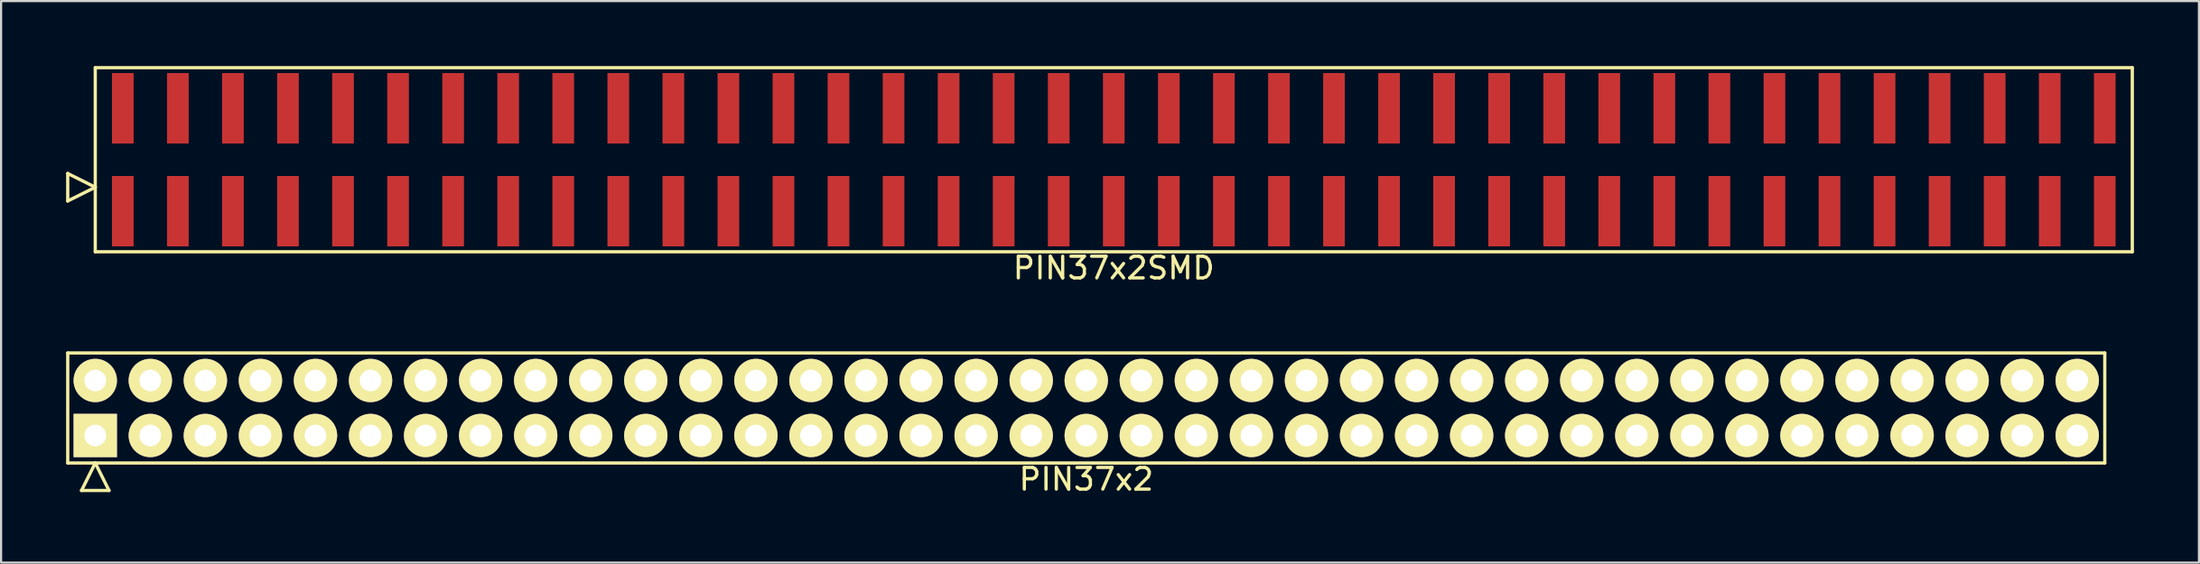
<source format=kicad_pcb>
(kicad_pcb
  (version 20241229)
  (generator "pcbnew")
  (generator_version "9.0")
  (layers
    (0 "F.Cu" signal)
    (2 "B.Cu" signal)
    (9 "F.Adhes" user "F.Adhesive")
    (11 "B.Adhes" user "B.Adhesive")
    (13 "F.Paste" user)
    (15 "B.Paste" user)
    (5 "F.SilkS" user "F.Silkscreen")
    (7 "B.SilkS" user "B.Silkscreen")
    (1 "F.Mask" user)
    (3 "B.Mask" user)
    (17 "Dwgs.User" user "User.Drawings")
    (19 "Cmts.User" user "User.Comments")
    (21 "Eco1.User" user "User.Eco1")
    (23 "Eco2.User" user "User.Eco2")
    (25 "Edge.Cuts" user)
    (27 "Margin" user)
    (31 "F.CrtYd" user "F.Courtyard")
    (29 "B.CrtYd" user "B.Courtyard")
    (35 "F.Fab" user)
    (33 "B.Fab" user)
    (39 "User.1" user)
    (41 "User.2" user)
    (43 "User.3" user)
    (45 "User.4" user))
  (footprint "PIN37x2"
    (layer "F.Cu")
    (at 47.065 15.788)
    (property "Reference" "PIN37x2" (at 0 3.29 0) (layer "F.SilkS") (effects (font (size 1 1) (thickness 0.15))))
    (attr through_hole)
    (fp_line (start -46.99 -2.54) (end -46.99 2.54) (stroke (width 0.15) (type solid)) (layer "F.SilkS"))
    (fp_line (start -46.99 2.54) (end 46.99 2.54) (stroke (width 0.15) (type solid)) (layer "F.SilkS"))
    (fp_line (start -46.355 3.81) (end -45.72 2.54) (stroke (width 0.15) (type solid)) (layer "F.SilkS"))
    (fp_line (start -46.355 3.81) (end -45.085 3.81) (stroke (width 0.15) (type solid)) (layer "F.SilkS"))
    (fp_line (start -45.085 3.81) (end -45.72 2.54) (stroke (width 0.15) (type solid)) (layer "F.SilkS"))
    (fp_line (start 46.99 -2.54) (end -46.99 -2.54) (stroke (width 0.15) (type solid)) (layer "F.SilkS"))
    (fp_line (start 46.99 2.54) (end 46.99 -2.54) (stroke (width 0.15) (type solid)) (layer "F.SilkS"))
    (pad "1" thru_hole rect (at -45.72 1.27) (size 2 2) (drill 1) (layers "*.Cu" "*.Mask" "F.SilkS"))
    (pad "2" thru_hole oval (at -45.72 -1.27) (size 2 2) (drill 1) (layers "*.Cu" "*.Mask" "F.SilkS"))
    (pad "3" thru_hole oval (at -43.18 1.27) (size 2 2) (drill 1) (layers "*.Cu" "*.Mask" "F.SilkS"))
    (pad "4" thru_hole oval (at -43.18 -1.27) (size 2 2) (drill 1) (layers "*.Cu" "*.Mask" "F.SilkS"))
    (pad "5" thru_hole oval (at -40.64 1.27) (size 2 2) (drill 1) (layers "*.Cu" "*.Mask" "F.SilkS"))
    (pad "6" thru_hole oval (at -40.64 -1.27) (size 2 2) (drill 1) (layers "*.Cu" "*.Mask" "F.SilkS"))
    (pad "7" thru_hole oval (at -38.1 1.27) (size 2 2) (drill 1) (layers "*.Cu" "*.Mask" "F.SilkS"))
    (pad "8" thru_hole oval (at -38.1 -1.27) (size 2 2) (drill 1) (layers "*.Cu" "*.Mask" "F.SilkS"))
    (pad "9" thru_hole oval (at -35.56 1.27) (size 2 2) (drill 1) (layers "*.Cu" "*.Mask" "F.SilkS"))
    (pad "10" thru_hole oval (at -35.56 -1.27) (size 2 2) (drill 1) (layers "*.Cu" "*.Mask" "F.SilkS"))
    (pad "11" thru_hole oval (at -33.02 1.27) (size 2 2) (drill 1) (layers "*.Cu" "*.Mask" "F.SilkS"))
    (pad "12" thru_hole oval (at -33.02 -1.27) (size 2 2) (drill 1) (layers "*.Cu" "*.Mask" "F.SilkS"))
    (pad "13" thru_hole oval (at -30.48 1.27) (size 2 2) (drill 1) (layers "*.Cu" "*.Mask" "F.SilkS"))
    (pad "14" thru_hole oval (at -30.48 -1.27) (size 2 2) (drill 1) (layers "*.Cu" "*.Mask" "F.SilkS"))
    (pad "15" thru_hole oval (at -27.94 1.27) (size 2 2) (drill 1) (layers "*.Cu" "*.Mask" "F.SilkS"))
    (pad "16" thru_hole oval (at -27.94 -1.27) (size 2 2) (drill 1) (layers "*.Cu" "*.Mask" "F.SilkS"))
    (pad "17" thru_hole oval (at -25.4 1.27) (size 2 2) (drill 1) (layers "*.Cu" "*.Mask" "F.SilkS"))
    (pad "18" thru_hole oval (at -25.4 -1.27) (size 2 2) (drill 1) (layers "*.Cu" "*.Mask" "F.SilkS"))
    (pad "19" thru_hole oval (at -22.86 1.27) (size 2 2) (drill 1) (layers "*.Cu" "*.Mask" "F.SilkS"))
    (pad "20" thru_hole oval (at -22.86 -1.27) (size 2 2) (drill 1) (layers "*.Cu" "*.Mask" "F.SilkS"))
    (pad "21" thru_hole oval (at -20.32 1.27) (size 2 2) (drill 1) (layers "*.Cu" "*.Mask" "F.SilkS"))
    (pad "22" thru_hole oval (at -20.32 -1.27) (size 2 2) (drill 1) (layers "*.Cu" "*.Mask" "F.SilkS"))
    (pad "23" thru_hole oval (at -17.78 1.27) (size 2 2) (drill 1) (layers "*.Cu" "*.Mask" "F.SilkS"))
    (pad "24" thru_hole oval (at -17.78 -1.27) (size 2 2) (drill 1) (layers "*.Cu" "*.Mask" "F.SilkS"))
    (pad "25" thru_hole oval (at -15.24 1.27) (size 2 2) (drill 1) (layers "*.Cu" "*.Mask" "F.SilkS"))
    (pad "26" thru_hole oval (at -15.24 -1.27) (size 2 2) (drill 1) (layers "*.Cu" "*.Mask" "F.SilkS"))
    (pad "27" thru_hole oval (at -12.7 1.27) (size 2 2) (drill 1) (layers "*.Cu" "*.Mask" "F.SilkS"))
    (pad "28" thru_hole oval (at -12.7 -1.27) (size 2 2) (drill 1) (layers "*.Cu" "*.Mask" "F.SilkS"))
    (pad "29" thru_hole oval (at -10.16 1.27) (size 2 2) (drill 1) (layers "*.Cu" "*.Mask" "F.SilkS"))
    (pad "30" thru_hole oval (at -10.16 -1.27) (size 2 2) (drill 1) (layers "*.Cu" "*.Mask" "F.SilkS"))
    (pad "31" thru_hole oval (at -7.62 1.27) (size 2 2) (drill 1) (layers "*.Cu" "*.Mask" "F.SilkS"))
    (pad "32" thru_hole oval (at -7.62 -1.27) (size 2 2) (drill 1) (layers "*.Cu" "*.Mask" "F.SilkS"))
    (pad "33" thru_hole oval (at -5.08 1.27) (size 2 2) (drill 1) (layers "*.Cu" "*.Mask" "F.SilkS"))
    (pad "34" thru_hole oval (at -5.08 -1.27) (size 2 2) (drill 1) (layers "*.Cu" "*.Mask" "F.SilkS"))
    (pad "35" thru_hole oval (at -2.54 1.27) (size 2 2) (drill 1) (layers "*.Cu" "*.Mask" "F.SilkS"))
    (pad "36" thru_hole oval (at -2.54 -1.27) (size 2 2) (drill 1) (layers "*.Cu" "*.Mask" "F.SilkS"))
    (pad "37" thru_hole oval (at 0 1.27) (size 2 2) (drill 1) (layers "*.Cu" "*.Mask" "F.SilkS"))
    (pad "38" thru_hole oval (at 0 -1.27) (size 2 2) (drill 1) (layers "*.Cu" "*.Mask" "F.SilkS"))
    (pad "39" thru_hole oval (at 2.54 1.27) (size 2 2) (drill 1) (layers "*.Cu" "*.Mask" "F.SilkS"))
    (pad "40" thru_hole oval (at 2.54 -1.27) (size 2 2) (drill 1) (layers "*.Cu" "*.Mask" "F.SilkS"))
    (pad "41" thru_hole oval (at 5.08 1.27) (size 2 2) (drill 1) (layers "*.Cu" "*.Mask" "F.SilkS"))
    (pad "42" thru_hole oval (at 5.08 -1.27) (size 2 2) (drill 1) (layers "*.Cu" "*.Mask" "F.SilkS"))
    (pad "43" thru_hole oval (at 7.62 1.27) (size 2 2) (drill 1) (layers "*.Cu" "*.Mask" "F.SilkS"))
    (pad "44" thru_hole oval (at 7.62 -1.27) (size 2 2) (drill 1) (layers "*.Cu" "*.Mask" "F.SilkS"))
    (pad "45" thru_hole oval (at 10.16 1.27) (size 2 2) (drill 1) (layers "*.Cu" "*.Mask" "F.SilkS"))
    (pad "46" thru_hole oval (at 10.16 -1.27) (size 2 2) (drill 1) (layers "*.Cu" "*.Mask" "F.SilkS"))
    (pad "47" thru_hole oval (at 12.7 1.27) (size 2 2) (drill 1) (layers "*.Cu" "*.Mask" "F.SilkS"))
    (pad "48" thru_hole oval (at 12.7 -1.27) (size 2 2) (drill 1) (layers "*.Cu" "*.Mask" "F.SilkS"))
    (pad "49" thru_hole oval (at 15.24 1.27) (size 2 2) (drill 1) (layers "*.Cu" "*.Mask" "F.SilkS"))
    (pad "50" thru_hole oval (at 15.24 -1.27) (size 2 2) (drill 1) (layers "*.Cu" "*.Mask" "F.SilkS"))
    (pad "51" thru_hole oval (at 17.78 1.27) (size 2 2) (drill 1) (layers "*.Cu" "*.Mask" "F.SilkS"))
    (pad "52" thru_hole oval (at 17.78 -1.27) (size 2 2) (drill 1) (layers "*.Cu" "*.Mask" "F.SilkS"))
    (pad "53" thru_hole oval (at 20.32 1.27) (size 2 2) (drill 1) (layers "*.Cu" "*.Mask" "F.SilkS"))
    (pad "54" thru_hole oval (at 20.32 -1.27) (size 2 2) (drill 1) (layers "*.Cu" "*.Mask" "F.SilkS"))
    (pad "55" thru_hole oval (at 22.86 1.27) (size 2 2) (drill 1) (layers "*.Cu" "*.Mask" "F.SilkS"))
    (pad "56" thru_hole oval (at 22.86 -1.27) (size 2 2) (drill 1) (layers "*.Cu" "*.Mask" "F.SilkS"))
    (pad "57" thru_hole oval (at 25.4 1.27) (size 2 2) (drill 1) (layers "*.Cu" "*.Mask" "F.SilkS"))
    (pad "58" thru_hole oval (at 25.4 -1.27) (size 2 2) (drill 1) (layers "*.Cu" "*.Mask" "F.SilkS"))
    (pad "59" thru_hole oval (at 27.94 1.27) (size 2 2) (drill 1) (layers "*.Cu" "*.Mask" "F.SilkS"))
    (pad "60" thru_hole oval (at 27.94 -1.27) (size 2 2) (drill 1) (layers "*.Cu" "*.Mask" "F.SilkS"))
    (pad "61" thru_hole oval (at 30.48 1.27) (size 2 2) (drill 1) (layers "*.Cu" "*.Mask" "F.SilkS"))
    (pad "62" thru_hole oval (at 30.48 -1.27) (size 2 2) (drill 1) (layers "*.Cu" "*.Mask" "F.SilkS"))
    (pad "63" thru_hole oval (at 33.02 1.27) (size 2 2) (drill 1) (layers "*.Cu" "*.Mask" "F.SilkS"))
    (pad "64" thru_hole oval (at 33.02 -1.27) (size 2 2) (drill 1) (layers "*.Cu" "*.Mask" "F.SilkS"))
    (pad "65" thru_hole oval (at 35.56 1.27) (size 2 2) (drill 1) (layers "*.Cu" "*.Mask" "F.SilkS"))
    (pad "66" thru_hole oval (at 35.56 -1.27) (size 2 2) (drill 1) (layers "*.Cu" "*.Mask" "F.SilkS"))
    (pad "67" thru_hole oval (at 38.1 1.27) (size 2 2) (drill 1) (layers "*.Cu" "*.Mask" "F.SilkS"))
    (pad "68" thru_hole oval (at 38.1 -1.27) (size 2 2) (drill 1) (layers "*.Cu" "*.Mask" "F.SilkS"))
    (pad "69" thru_hole oval (at 40.64 1.27) (size 2 2) (drill 1) (layers "*.Cu" "*.Mask" "F.SilkS"))
    (pad "70" thru_hole oval (at 40.64 -1.27) (size 2 2) (drill 1) (layers "*.Cu" "*.Mask" "F.SilkS"))
    (pad "71" thru_hole oval (at 43.18 1.27) (size 2 2) (drill 1) (layers "*.Cu" "*.Mask" "F.SilkS"))
    (pad "72" thru_hole oval (at 43.18 -1.27) (size 2 2) (drill 1) (layers "*.Cu" "*.Mask" "F.SilkS"))
    (pad "73" thru_hole oval (at 45.72 1.27) (size 2 2) (drill 1) (layers "*.Cu" "*.Mask" "F.SilkS"))
    (pad "74" thru_hole oval (at 45.72 -1.27) (size 2 2) (drill 1) (layers "*.Cu" "*.Mask" "F.SilkS")))
  (footprint "PIN37x2SMD"
    (layer "F.Cu")
    (at 48.335 4.325)
    (property "Reference" "PIN37x2SMD" (at 0 5 0) (layer "F.SilkS") (effects (font (size 1 1) (thickness 0.15))))
    (attr through_hole)
    (fp_line (start -48.26 1.905) (end -48.26 0.635) (stroke (width 0.15) (type solid)) (layer "F.SilkS"))
    (fp_line (start -46.99 -4.25) (end -46.99 4.25) (stroke (width 0.15) (type solid)) (layer "F.SilkS"))
    (fp_line (start -46.99 1.27) (end -48.26 0.635) (stroke (width 0.15) (type solid)) (layer "F.SilkS"))
    (fp_line (start -46.99 1.27) (end -48.26 1.905) (stroke (width 0.15) (type solid)) (layer "F.SilkS"))
    (fp_line (start -46.99 4.25) (end 46.99 4.25) (stroke (width 0.15) (type solid)) (layer "F.SilkS"))
    (fp_line (start 46.99 -4.25) (end -46.99 -4.25) (stroke (width 0.15) (type solid)) (layer "F.SilkS"))
    (fp_line (start 46.99 4.25) (end 46.99 -4.25) (stroke (width 0.15) (type solid)) (layer "F.SilkS"))
    (pad "1" smd rect (at -45.72 2.375) (size 1 3.25) (layers "F.Cu" "F.Mask" "F.Paste"))
    (pad "2" smd rect (at -45.72 -2.375) (size 1 3.25) (layers "F.Cu" "F.Mask" "F.Paste"))
    (pad "3" smd rect (at -43.18 2.375) (size 1 3.25) (layers "F.Cu" "F.Mask" "F.Paste"))
    (pad "4" smd rect (at -43.18 -2.375) (size 1 3.25) (layers "F.Cu" "F.Mask" "F.Paste"))
    (pad "5" smd rect (at -40.64 2.375) (size 1 3.25) (layers "F.Cu" "F.Mask" "F.Paste"))
    (pad "6" smd rect (at -40.64 -2.375) (size 1 3.25) (layers "F.Cu" "F.Mask" "F.Paste"))
    (pad "7" smd rect (at -38.1 2.375) (size 1 3.25) (layers "F.Cu" "F.Mask" "F.Paste"))
    (pad "8" smd rect (at -38.1 -2.375) (size 1 3.25) (layers "F.Cu" "F.Mask" "F.Paste"))
    (pad "9" smd rect (at -35.56 2.375) (size 1 3.25) (layers "F.Cu" "F.Mask" "F.Paste"))
    (pad "10" smd rect (at -35.56 -2.375) (size 1 3.25) (layers "F.Cu" "F.Mask" "F.Paste"))
    (pad "11" smd rect (at -33.02 2.375) (size 1 3.25) (layers "F.Cu" "F.Mask" "F.Paste"))
    (pad "12" smd rect (at -33.02 -2.375) (size 1 3.25) (layers "F.Cu" "F.Mask" "F.Paste"))
    (pad "13" smd rect (at -30.48 2.375) (size 1 3.25) (layers "F.Cu" "F.Mask" "F.Paste"))
    (pad "14" smd rect (at -30.48 -2.375) (size 1 3.25) (layers "F.Cu" "F.Mask" "F.Paste"))
    (pad "15" smd rect (at -27.94 2.375) (size 1 3.25) (layers "F.Cu" "F.Mask" "F.Paste"))
    (pad "16" smd rect (at -27.94 -2.375) (size 1 3.25) (layers "F.Cu" "F.Mask" "F.Paste"))
    (pad "17" smd rect (at -25.4 2.375) (size 1 3.25) (layers "F.Cu" "F.Mask" "F.Paste"))
    (pad "18" smd rect (at -25.4 -2.375) (size 1 3.25) (layers "F.Cu" "F.Mask" "F.Paste"))
    (pad "19" smd rect (at -22.86 2.375) (size 1 3.25) (layers "F.Cu" "F.Mask" "F.Paste"))
    (pad "20" smd rect (at -22.86 -2.375) (size 1 3.25) (layers "F.Cu" "F.Mask" "F.Paste"))
    (pad "21" smd rect (at -20.32 2.375) (size 1 3.25) (layers "F.Cu" "F.Mask" "F.Paste"))
    (pad "22" smd rect (at -20.32 -2.375) (size 1 3.25) (layers "F.Cu" "F.Mask" "F.Paste"))
    (pad "23" smd rect (at -17.78 2.375) (size 1 3.25) (layers "F.Cu" "F.Mask" "F.Paste"))
    (pad "24" smd rect (at -17.78 -2.375) (size 1 3.25) (layers "F.Cu" "F.Mask" "F.Paste"))
    (pad "25" smd rect (at -15.24 2.375) (size 1 3.25) (layers "F.Cu" "F.Mask" "F.Paste"))
    (pad "26" smd rect (at -15.24 -2.375) (size 1 3.25) (layers "F.Cu" "F.Mask" "F.Paste"))
    (pad "27" smd rect (at -12.7 2.375) (size 1 3.25) (layers "F.Cu" "F.Mask" "F.Paste"))
    (pad "28" smd rect (at -12.7 -2.375) (size 1 3.25) (layers "F.Cu" "F.Mask" "F.Paste"))
    (pad "29" smd rect (at -10.16 2.375) (size 1 3.25) (layers "F.Cu" "F.Mask" "F.Paste"))
    (pad "30" smd rect (at -10.16 -2.375) (size 1 3.25) (layers "F.Cu" "F.Mask" "F.Paste"))
    (pad "31" smd rect (at -7.62 2.375) (size 1 3.25) (layers "F.Cu" "F.Mask" "F.Paste"))
    (pad "32" smd rect (at -7.62 -2.375) (size 1 3.25) (layers "F.Cu" "F.Mask" "F.Paste"))
    (pad "33" smd rect (at -5.08 2.375) (size 1 3.25) (layers "F.Cu" "F.Mask" "F.Paste"))
    (pad "34" smd rect (at -5.08 -2.375) (size 1 3.25) (layers "F.Cu" "F.Mask" "F.Paste"))
    (pad "35" smd rect (at -2.54 2.375) (size 1 3.25) (layers "F.Cu" "F.Mask" "F.Paste"))
    (pad "36" smd rect (at -2.54 -2.375) (size 1 3.25) (layers "F.Cu" "F.Mask" "F.Paste"))
    (pad "37" smd rect (at 0 2.375) (size 1 3.25) (layers "F.Cu" "F.Mask" "F.Paste"))
    (pad "38" smd rect (at 0 -2.375) (size 1 3.25) (layers "F.Cu" "F.Mask" "F.Paste"))
    (pad "39" smd rect (at 2.54 2.375) (size 1 3.25) (layers "F.Cu" "F.Mask" "F.Paste"))
    (pad "40" smd rect (at 2.54 -2.375) (size 1 3.25) (layers "F.Cu" "F.Mask" "F.Paste"))
    (pad "41" smd rect (at 5.08 2.375) (size 1 3.25) (layers "F.Cu" "F.Mask" "F.Paste"))
    (pad "42" smd rect (at 5.08 -2.375) (size 1 3.25) (layers "F.Cu" "F.Mask" "F.Paste"))
    (pad "43" smd rect (at 7.62 2.375) (size 1 3.25) (layers "F.Cu" "F.Mask" "F.Paste"))
    (pad "44" smd rect (at 7.62 -2.375) (size 1 3.25) (layers "F.Cu" "F.Mask" "F.Paste"))
    (pad "45" smd rect (at 10.16 2.375) (size 1 3.25) (layers "F.Cu" "F.Mask" "F.Paste"))
    (pad "46" smd rect (at 10.16 -2.375) (size 1 3.25) (layers "F.Cu" "F.Mask" "F.Paste"))
    (pad "47" smd rect (at 12.7 2.375) (size 1 3.25) (layers "F.Cu" "F.Mask" "F.Paste"))
    (pad "48" smd rect (at 12.7 -2.375) (size 1 3.25) (layers "F.Cu" "F.Mask" "F.Paste"))
    (pad "49" smd rect (at 15.24 2.375) (size 1 3.25) (layers "F.Cu" "F.Mask" "F.Paste"))
    (pad "50" smd rect (at 15.24 -2.375) (size 1 3.25) (layers "F.Cu" "F.Mask" "F.Paste"))
    (pad "51" smd rect (at 17.78 2.375) (size 1 3.25) (layers "F.Cu" "F.Mask" "F.Paste"))
    (pad "52" smd rect (at 17.78 -2.375) (size 1 3.25) (layers "F.Cu" "F.Mask" "F.Paste"))
    (pad "53" smd rect (at 20.32 2.375) (size 1 3.25) (layers "F.Cu" "F.Mask" "F.Paste"))
    (pad "54" smd rect (at 20.32 -2.375) (size 1 3.25) (layers "F.Cu" "F.Mask" "F.Paste"))
    (pad "55" smd rect (at 22.86 2.375) (size 1 3.25) (layers "F.Cu" "F.Mask" "F.Paste"))
    (pad "56" smd rect (at 22.86 -2.375) (size 1 3.25) (layers "F.Cu" "F.Mask" "F.Paste"))
    (pad "57" smd rect (at 25.4 2.375) (size 1 3.25) (layers "F.Cu" "F.Mask" "F.Paste"))
    (pad "58" smd rect (at 25.4 -2.375) (size 1 3.25) (layers "F.Cu" "F.Mask" "F.Paste"))
    (pad "59" smd rect (at 27.94 2.375) (size 1 3.25) (layers "F.Cu" "F.Mask" "F.Paste"))
    (pad "60" smd rect (at 27.94 -2.375) (size 1 3.25) (layers "F.Cu" "F.Mask" "F.Paste"))
    (pad "61" smd rect (at 30.48 2.375) (size 1 3.25) (layers "F.Cu" "F.Mask" "F.Paste"))
    (pad "62" smd rect (at 30.48 -2.375) (size 1 3.25) (layers "F.Cu" "F.Mask" "F.Paste"))
    (pad "63" smd rect (at 33.02 2.375) (size 1 3.25) (layers "F.Cu" "F.Mask" "F.Paste"))
    (pad "64" smd rect (at 33.02 -2.375) (size 1 3.25) (layers "F.Cu" "F.Mask" "F.Paste"))
    (pad "65" smd rect (at 35.56 2.375) (size 1 3.25) (layers "F.Cu" "F.Mask" "F.Paste"))
    (pad "66" smd rect (at 35.56 -2.375) (size 1 3.25) (layers "F.Cu" "F.Mask" "F.Paste"))
    (pad "67" smd rect (at 38.1 2.375) (size 1 3.25) (layers "F.Cu" "F.Mask" "F.Paste"))
    (pad "68" smd rect (at 38.1 -2.375) (size 1 3.25) (layers "F.Cu" "F.Mask" "F.Paste"))
    (pad "69" smd rect (at 40.64 2.375) (size 1 3.25) (layers "F.Cu" "F.Mask" "F.Paste"))
    (pad "70" smd rect (at 40.64 -2.375) (size 1 3.25) (layers "F.Cu" "F.Mask" "F.Paste"))
    (pad "71" smd rect (at 43.18 2.375) (size 1 3.25) (layers "F.Cu" "F.Mask" "F.Paste"))
    (pad "72" smd rect (at 43.18 -2.375) (size 1 3.25) (layers "F.Cu" "F.Mask" "F.Paste"))
    (pad "73" smd rect (at 45.72 2.375) (size 1 3.25) (layers "F.Cu" "F.Mask" "F.Paste"))
    (pad "74" smd rect (at 45.72 -2.375) (size 1 3.25) (layers "F.Cu" "F.Mask" "F.Paste")))
  (gr_rect
    (start -3 -3)
    (end 98.4 22.927)
    (stroke (width 0.1) (type default))
    (fill no)
    (layer "Edge.Cuts")))
</source>
